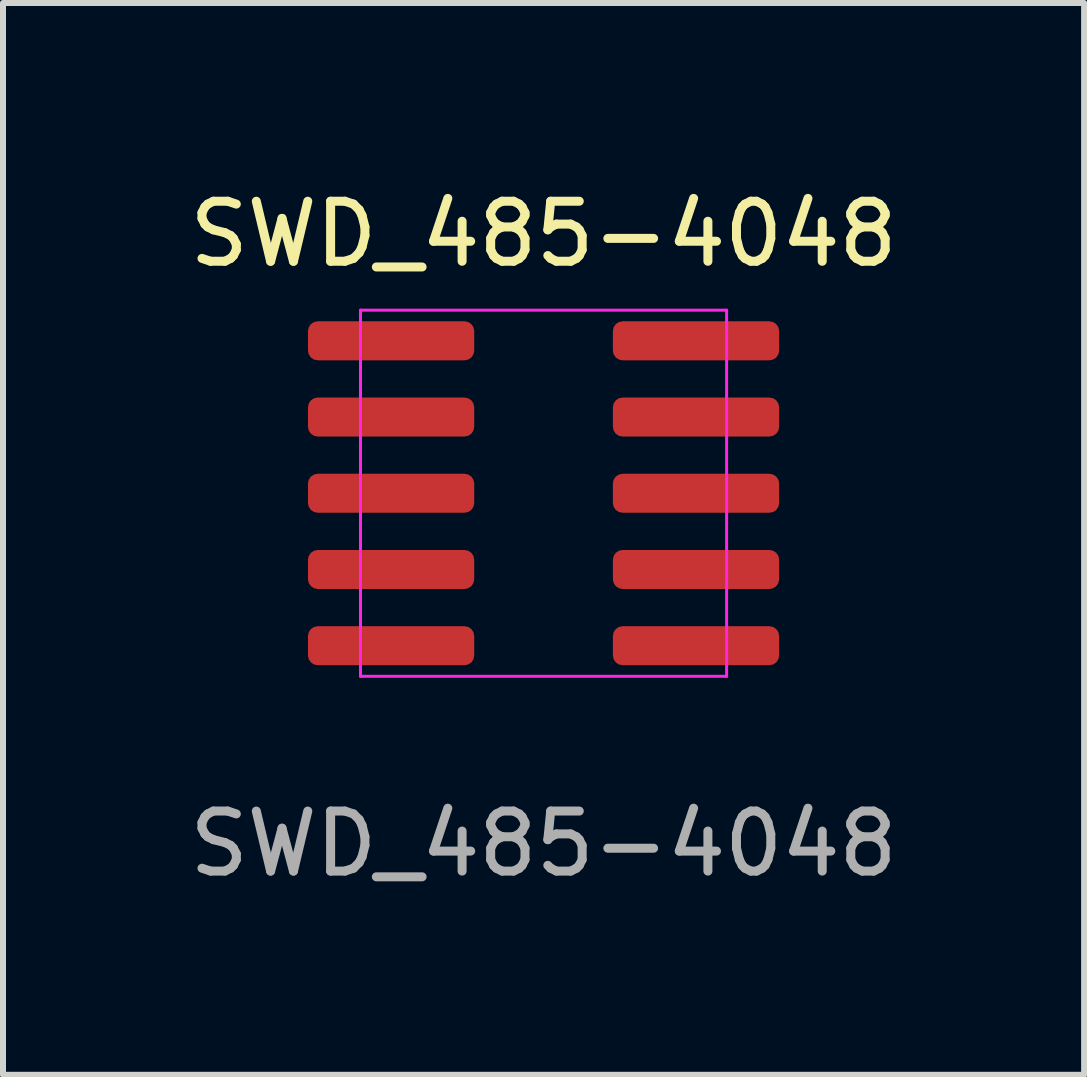
<source format=kicad_pcb>
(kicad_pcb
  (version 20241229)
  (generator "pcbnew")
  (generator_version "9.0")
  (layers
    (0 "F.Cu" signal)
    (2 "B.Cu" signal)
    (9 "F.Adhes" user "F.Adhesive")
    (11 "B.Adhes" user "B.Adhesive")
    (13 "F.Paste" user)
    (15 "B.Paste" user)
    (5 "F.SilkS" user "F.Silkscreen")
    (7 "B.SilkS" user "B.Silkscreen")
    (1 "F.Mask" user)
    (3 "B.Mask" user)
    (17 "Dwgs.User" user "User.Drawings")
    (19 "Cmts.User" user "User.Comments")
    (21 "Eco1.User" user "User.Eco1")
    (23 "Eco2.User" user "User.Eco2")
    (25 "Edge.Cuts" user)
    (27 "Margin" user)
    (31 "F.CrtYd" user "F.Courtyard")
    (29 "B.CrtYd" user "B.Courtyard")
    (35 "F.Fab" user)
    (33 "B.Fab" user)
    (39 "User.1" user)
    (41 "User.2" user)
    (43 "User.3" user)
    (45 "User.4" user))
  (footprint "SWD_485-4048"
    (layer "F.Cu")
    (at 6.006 5.168)
    (property "Reference" "SWD_485-4048" (at 0 -4.32 0) (unlocked yes) (layer "F.SilkS") (effects (font (size 1 1) (thickness 0.15))))
    (attr smd)
    (fp_line (start -3.05 -3.05) (end 3.05 -3.05) (stroke (width 0.05) (type solid)) (layer "F.CrtYd"))
    (fp_line (start -3.05 3.05) (end -3.05 -3.05) (stroke (width 0.05) (type solid)) (layer "F.CrtYd"))
    (fp_line (start 3.05 -3.05) (end 3.05 3.05) (stroke (width 0.05) (type solid)) (layer "F.CrtYd"))
    (fp_line (start 3.05 3.05) (end -3.05 3.05) (stroke (width 0.05) (type solid)) (layer "F.CrtYd"))
    (fp_text user "${REFERENCE}" (at 0 5.84 0) (unlocked yes) (layer "F.Fab") (effects (font (size 1 1) (thickness 0.15))))
    (pad "1" smd roundrect (at -2.54 2.54) (size 2.77 0.65) (layers "F.Cu" "F.Mask" "F.Paste") (roundrect_rratio 0.25))
    (pad "2" smd roundrect (at -2.54 1.27) (size 2.77 0.65) (layers "F.Cu" "F.Mask" "F.Paste") (roundrect_rratio 0.25))
    (pad "3" smd roundrect (at -2.54 0) (size 2.77 0.65) (layers "F.Cu" "F.Mask" "F.Paste") (roundrect_rratio 0.25))
    (pad "4" smd roundrect (at -2.54 -1.27) (size 2.77 0.65) (layers "F.Cu" "F.Mask" "F.Paste") (roundrect_rratio 0.25))
    (pad "5" smd roundrect (at -2.54 -2.54) (size 2.77 0.65) (layers "F.Cu" "F.Mask" "F.Paste") (roundrect_rratio 0.25))
    (pad "6" smd roundrect (at 2.54 2.54) (size 2.77 0.65) (layers "F.Cu" "F.Mask" "F.Paste") (roundrect_rratio 0.25))
    (pad "7" smd roundrect (at 2.54 1.27) (size 2.77 0.65) (layers "F.Cu" "F.Mask" "F.Paste") (roundrect_rratio 0.25))
    (pad "8" smd roundrect (at 2.54 0) (size 2.77 0.65) (layers "F.Cu" "F.Mask" "F.Paste") (roundrect_rratio 0.25))
    (pad "9" smd roundrect (at 2.54 -1.27) (size 2.77 0.65) (layers "F.Cu" "F.Mask" "F.Paste") (roundrect_rratio 0.25))
    (pad "10" smd roundrect (at 2.54 -2.54) (size 2.77 0.65) (layers "F.Cu" "F.Mask" "F.Paste") (roundrect_rratio 0.25)))
  (gr_rect
    (start -3 -3)
    (end 15.012 14.857)
    (stroke (width 0.1) (type default))
    (fill no)
    (layer "Edge.Cuts")))
</source>
